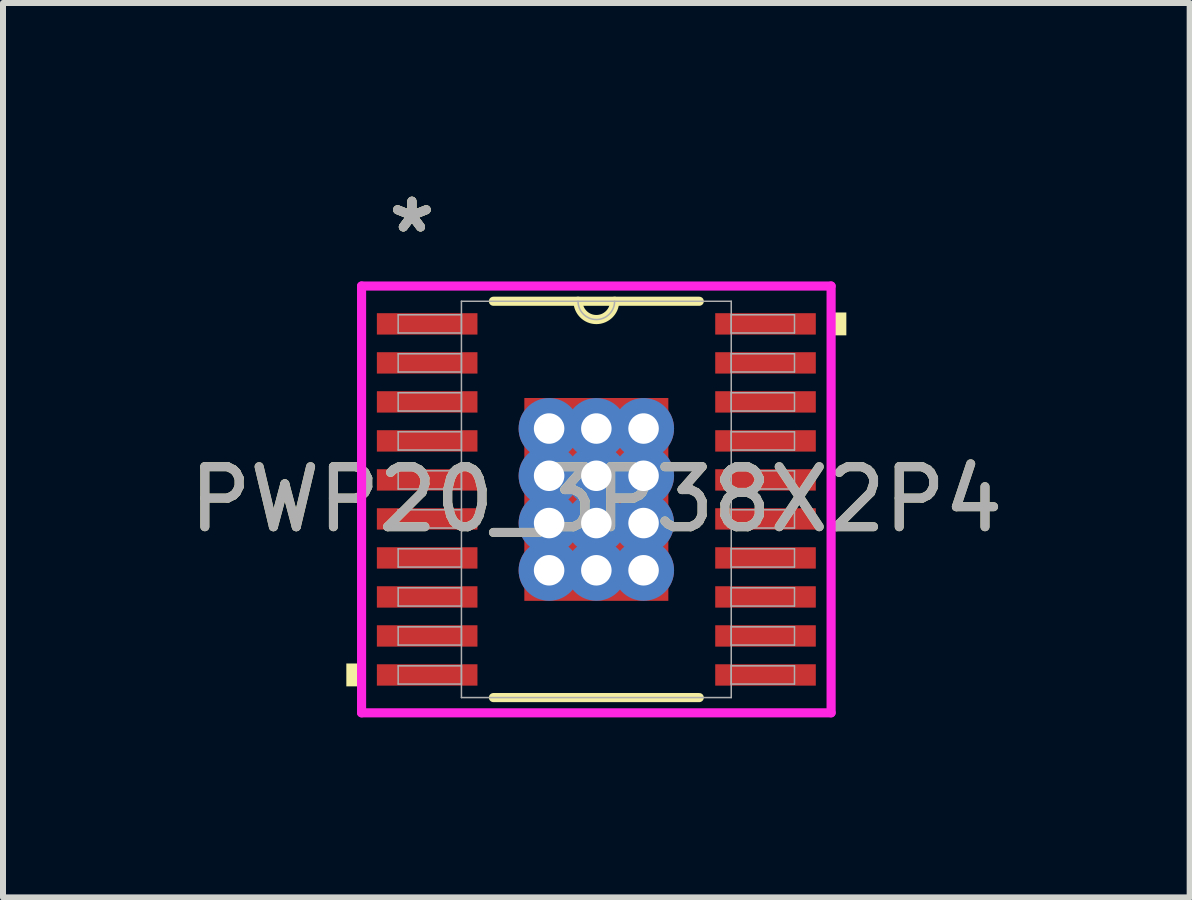
<source format=kicad_pcb>
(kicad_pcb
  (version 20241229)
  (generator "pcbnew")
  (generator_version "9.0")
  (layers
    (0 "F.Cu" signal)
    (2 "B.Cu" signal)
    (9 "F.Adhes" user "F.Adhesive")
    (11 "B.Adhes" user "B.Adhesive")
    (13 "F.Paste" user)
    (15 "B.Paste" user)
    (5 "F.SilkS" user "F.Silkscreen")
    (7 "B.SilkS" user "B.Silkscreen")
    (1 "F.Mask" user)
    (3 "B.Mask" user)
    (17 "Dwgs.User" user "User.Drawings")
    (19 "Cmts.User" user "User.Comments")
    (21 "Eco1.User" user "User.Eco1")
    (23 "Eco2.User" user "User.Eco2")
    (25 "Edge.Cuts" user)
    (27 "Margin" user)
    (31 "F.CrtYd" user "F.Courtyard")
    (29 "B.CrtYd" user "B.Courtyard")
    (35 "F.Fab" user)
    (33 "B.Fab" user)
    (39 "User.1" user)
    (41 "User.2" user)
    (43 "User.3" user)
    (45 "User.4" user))
  (footprint "PWP20_3P38X2P4"
    (layer "F.Cu")
    (at 6.887 5.272)
    (property "Reference" "PWP20_3P38X2P4" (at 0 0 0) (unlocked yes) (layer "F.SilkS") (effects (font (size 1 1) (thickness 0.15))))
    (attr smd)
    (fp_poly (pts (xy -1.264 -1.754) (xy -0.987 -1.754) (xy -0.987 1.754) (xy -1.264 1.754)) (stroke (width 0) (type solid)) (fill yes) (layer "F.Mask"))
    (fp_poly (pts (xy -1.264 -1.754) (xy 1.264 -1.754) (xy 1.264 -1.381) (xy -1.264 -1.381)) (stroke (width 0) (type solid)) (fill yes) (layer "F.Mask"))
    (fp_poly (pts (xy -1.264 -0.981) (xy 1.264 -0.981) (xy 1.264 -0.594) (xy -1.264 -0.594)) (stroke (width 0) (type solid)) (fill yes) (layer "F.Mask"))
    (fp_poly (pts (xy -1.264 -0.194) (xy 1.264 -0.194) (xy 1.264 0.194) (xy -1.264 0.194)) (stroke (width 0) (type solid)) (fill yes) (layer "F.Mask"))
    (fp_poly (pts (xy -1.264 0.594) (xy 1.264 0.594) (xy 1.264 0.981) (xy -1.264 0.981)) (stroke (width 0) (type solid)) (fill yes) (layer "F.Mask"))
    (fp_poly (pts (xy -1.264 1.381) (xy 1.264 1.381) (xy 1.264 1.754) (xy -1.264 1.754)) (stroke (width 0) (type solid)) (fill yes) (layer "F.Mask"))
    (fp_poly (pts (xy -0.2 -1.754) (xy -0.587 -1.754) (xy -0.587 1.754) (xy -0.2 1.754)) (stroke (width 0) (type solid)) (fill yes) (layer "F.Mask"))
    (fp_poly (pts (xy 0.587 -1.754) (xy 0.2 -1.754) (xy 0.2 1.754) (xy 0.587 1.754)) (stroke (width 0) (type solid)) (fill yes) (layer "F.Mask"))
    (fp_poly (pts (xy 0.987 -1.754) (xy 1.264 -1.754) (xy 1.264 1.754) (xy 0.987 1.754)) (stroke (width 0) (type solid)) (fill yes) (layer "F.Mask"))
    (fp_line (start -1.715 3.302) (end 1.715 3.302) (stroke (width 0.152) (type solid)) (layer "F.SilkS"))
    (fp_line (start 1.715 -3.302) (end -1.715 -3.302) (stroke (width 0.152) (type solid)) (layer "F.SilkS"))
    (fp_arc (start 0.3048 -3.302) (mid 0 -2.9972) (end -0.3048 -3.302) (stroke (width 0.1524) (type solid)) (layer "F.SilkS"))
    (fp_poly (pts (xy -4.166 2.734) (xy -4.166 3.115) (xy -3.912 3.115) (xy -3.912 2.734)) (stroke (width 0) (type solid)) (fill yes) (layer "F.SilkS"))
    (fp_poly (pts (xy 4.166 -3.115) (xy 4.166 -2.734) (xy 3.912 -2.734) (xy 3.912 -3.115)) (stroke (width 0) (type solid)) (fill yes) (layer "F.SilkS"))
    (fp_poly (pts (xy -1.125 -1.615) (xy -1.125 -1.281) (xy -1.029 -1.281) (xy -0.887 -1.423) (xy -0.887 -1.615)) (stroke (width 0) (type solid)) (fill yes) (layer "F.Paste"))
    (fp_poly (pts (xy -1.125 1.281) (xy -1.125 1.615) (xy -0.887 1.615) (xy -0.887 1.423) (xy -1.029 1.281)) (stroke (width 0) (type solid)) (fill yes) (layer "F.Paste"))
    (fp_poly (pts (xy 0.887 -1.615) (xy 0.887 -1.423) (xy 1.029 -1.281) (xy 1.125 -1.281) (xy 1.125 -1.615)) (stroke (width 0) (type solid)) (fill yes) (layer "F.Paste"))
    (fp_poly (pts (xy 1.029 1.281) (xy 0.887 1.423) (xy 0.887 1.615) (xy 1.125 1.615) (xy 1.125 1.281)) (stroke (width 0) (type solid)) (fill yes) (layer "F.Paste"))
    (fp_poly (pts (xy -1.125 -1.081) (xy -1.125 -0.494) (xy -1.029 -0.494) (xy -0.887 -0.635) (xy -0.887 -0.94) (xy -1.029 -1.081)) (stroke (width 0) (type solid)) (fill yes) (layer "F.Paste"))
    (fp_poly (pts (xy -1.125 -0.294) (xy -1.125 0.294) (xy -1.029 0.294) (xy -0.887 0.152) (xy -0.887 -0.152) (xy -1.029 -0.294)) (stroke (width 0) (type solid)) (fill yes) (layer "F.Paste"))
    (fp_poly (pts (xy -1.125 0.494) (xy -1.125 1.081) (xy -1.029 1.081) (xy -0.887 0.94) (xy -0.887 0.635) (xy -1.029 0.494)) (stroke (width 0) (type solid)) (fill yes) (layer "F.Paste"))
    (fp_poly (pts (xy -0.687 -1.615) (xy -0.687 -1.423) (xy -0.546 -1.281) (xy -0.241 -1.281) (xy -0.1 -1.423) (xy -0.1 -1.615)) (stroke (width 0) (type solid)) (fill yes) (layer "F.Paste"))
    (fp_poly (pts (xy -0.546 1.281) (xy -0.687 1.423) (xy -0.687 1.615) (xy -0.1 1.615) (xy -0.1 1.423) (xy -0.241 1.281)) (stroke (width 0) (type solid)) (fill yes) (layer "F.Paste"))
    (fp_poly (pts (xy 0.1 -1.615) (xy 0.1 -1.423) (xy 0.241 -1.281) (xy 0.546 -1.281) (xy 0.687 -1.423) (xy 0.687 -1.615)) (stroke (width 0) (type solid)) (fill yes) (layer "F.Paste"))
    (fp_poly (pts (xy 0.241 1.281) (xy 0.1 1.423) (xy 0.1 1.615) (xy 0.687 1.615) (xy 0.687 1.423) (xy 0.546 1.281)) (stroke (width 0) (type solid)) (fill yes) (layer "F.Paste"))
    (fp_poly (pts (xy 1.029 -1.081) (xy 0.887 -0.94) (xy 0.887 -0.635) (xy 1.029 -0.494) (xy 1.125 -0.494) (xy 1.125 -1.081)) (stroke (width 0) (type solid)) (fill yes) (layer "F.Paste"))
    (fp_poly (pts (xy 1.029 -0.294) (xy 0.887 -0.152) (xy 0.887 0.152) (xy 1.029 0.294) (xy 1.125 0.294) (xy 1.125 -0.294)) (stroke (width 0) (type solid)) (fill yes) (layer "F.Paste"))
    (fp_poly (pts (xy 1.029 0.494) (xy 0.887 0.635) (xy 0.887 0.94) (xy 1.029 1.081) (xy 1.125 1.081) (xy 1.125 0.494)) (stroke (width 0) (type solid)) (fill yes) (layer "F.Paste"))
    (fp_poly (pts (xy -0.546 -1.081) (xy -0.687 -0.94) (xy -0.687 -0.635) (xy -0.546 -0.494) (xy -0.241 -0.494) (xy -0.1 -0.635) (xy -0.1 -0.94) (xy -0.241 -1.081)) (stroke (width 0) (type solid)) (fill yes) (layer "F.Paste"))
    (fp_poly (pts (xy -0.546 -0.294) (xy -0.687 -0.152) (xy -0.687 0.152) (xy -0.546 0.294) (xy -0.241 0.294) (xy -0.1 0.152) (xy -0.1 -0.152) (xy -0.241 -0.294)) (stroke (width 0) (type solid)) (fill yes) (layer "F.Paste"))
    (fp_poly (pts (xy -0.546 0.494) (xy -0.687 0.635) (xy -0.687 0.94) (xy -0.546 1.081) (xy -0.241 1.081) (xy -0.1 0.94) (xy -0.1 0.635) (xy -0.241 0.494)) (stroke (width 0) (type solid)) (fill yes) (layer "F.Paste"))
    (fp_poly (pts (xy 0.241 -1.081) (xy 0.1 -0.94) (xy 0.1 -0.635) (xy 0.241 -0.494) (xy 0.546 -0.494) (xy 0.687 -0.635) (xy 0.687 -0.94) (xy 0.546 -1.081)) (stroke (width 0) (type solid)) (fill yes) (layer "F.Paste"))
    (fp_poly (pts (xy 0.241 -0.294) (xy 0.1 -0.152) (xy 0.1 0.152) (xy 0.241 0.294) (xy 0.546 0.294) (xy 0.687 0.152) (xy 0.687 -0.152) (xy 0.546 -0.294)) (stroke (width 0) (type solid)) (fill yes) (layer "F.Paste"))
    (fp_poly (pts (xy 0.241 0.494) (xy 0.1 0.635) (xy 0.1 0.94) (xy 0.241 1.081) (xy 0.546 1.081) (xy 0.687 0.94) (xy 0.687 0.635) (xy 0.546 0.494)) (stroke (width 0) (type solid)) (fill yes) (layer "F.Paste"))
    (fp_line (start -3.912 -3.556) (end 3.912 -3.556) (stroke (width 0.152) (type solid)) (layer "F.CrtYd"))
    (fp_line (start -3.912 3.556) (end -3.912 -3.556) (stroke (width 0.152) (type solid)) (layer "F.CrtYd"))
    (fp_line (start 3.912 -3.556) (end 3.912 3.556) (stroke (width 0.152) (type solid)) (layer "F.CrtYd"))
    (fp_line (start 3.912 3.556) (end -3.912 3.556) (stroke (width 0.152) (type solid)) (layer "F.CrtYd"))
    (fp_line (start -3.302 -3.077) (end -3.302 -2.773) (stroke (width 0.025) (type solid)) (layer "F.Fab"))
    (fp_line (start -3.302 -2.773) (end -2.248 -2.773) (stroke (width 0.025) (type solid)) (layer "F.Fab"))
    (fp_line (start -3.302 -2.427) (end -3.302 -2.123) (stroke (width 0.025) (type solid)) (layer "F.Fab"))
    (fp_line (start -3.302 -2.123) (end -2.248 -2.123) (stroke (width 0.025) (type solid)) (layer "F.Fab"))
    (fp_line (start -3.302 -1.777) (end -3.302 -1.473) (stroke (width 0.025) (type solid)) (layer "F.Fab"))
    (fp_line (start -3.302 -1.473) (end -2.248 -1.473) (stroke (width 0.025) (type solid)) (layer "F.Fab"))
    (fp_line (start -3.302 -1.127) (end -3.302 -0.823) (stroke (width 0.025) (type solid)) (layer "F.Fab"))
    (fp_line (start -3.302 -0.823) (end -2.248 -0.823) (stroke (width 0.025) (type solid)) (layer "F.Fab"))
    (fp_line (start -3.302 -0.477) (end -3.302 -0.173) (stroke (width 0.025) (type solid)) (layer "F.Fab"))
    (fp_line (start -3.302 -0.173) (end -2.248 -0.173) (stroke (width 0.025) (type solid)) (layer "F.Fab"))
    (fp_line (start -3.302 0.173) (end -3.302 0.477) (stroke (width 0.025) (type solid)) (layer "F.Fab"))
    (fp_line (start -3.302 0.477) (end -2.248 0.477) (stroke (width 0.025) (type solid)) (layer "F.Fab"))
    (fp_line (start -3.302 0.823) (end -3.302 1.127) (stroke (width 0.025) (type solid)) (layer "F.Fab"))
    (fp_line (start -3.302 1.127) (end -2.248 1.127) (stroke (width 0.025) (type solid)) (layer "F.Fab"))
    (fp_line (start -3.302 1.473) (end -3.302 1.777) (stroke (width 0.025) (type solid)) (layer "F.Fab"))
    (fp_line (start -3.302 1.777) (end -2.248 1.777) (stroke (width 0.025) (type solid)) (layer "F.Fab"))
    (fp_line (start -3.302 2.123) (end -3.302 2.427) (stroke (width 0.025) (type solid)) (layer "F.Fab"))
    (fp_line (start -3.302 2.427) (end -2.248 2.427) (stroke (width 0.025) (type solid)) (layer "F.Fab"))
    (fp_line (start -3.302 2.773) (end -3.302 3.077) (stroke (width 0.025) (type solid)) (layer "F.Fab"))
    (fp_line (start -3.302 3.077) (end -2.248 3.077) (stroke (width 0.025) (type solid)) (layer "F.Fab"))
    (fp_line (start -2.248 -3.302) (end -2.248 3.302) (stroke (width 0.025) (type solid)) (layer "F.Fab"))
    (fp_line (start -2.248 -3.077) (end -3.302 -3.077) (stroke (width 0.025) (type solid)) (layer "F.Fab"))
    (fp_line (start -2.248 -2.773) (end -2.248 -3.077) (stroke (width 0.025) (type solid)) (layer "F.Fab"))
    (fp_line (start -2.248 -2.427) (end -3.302 -2.427) (stroke (width 0.025) (type solid)) (layer "F.Fab"))
    (fp_line (start -2.248 -2.123) (end -2.248 -2.427) (stroke (width 0.025) (type solid)) (layer "F.Fab"))
    (fp_line (start -2.248 -1.777) (end -3.302 -1.777) (stroke (width 0.025) (type solid)) (layer "F.Fab"))
    (fp_line (start -2.248 -1.473) (end -2.248 -1.777) (stroke (width 0.025) (type solid)) (layer "F.Fab"))
    (fp_line (start -2.248 -1.127) (end -3.302 -1.127) (stroke (width 0.025) (type solid)) (layer "F.Fab"))
    (fp_line (start -2.248 -0.823) (end -2.248 -1.127) (stroke (width 0.025) (type solid)) (layer "F.Fab"))
    (fp_line (start -2.248 -0.477) (end -3.302 -0.477) (stroke (width 0.025) (type solid)) (layer "F.Fab"))
    (fp_line (start -2.248 -0.173) (end -2.248 -0.477) (stroke (width 0.025) (type solid)) (layer "F.Fab"))
    (fp_line (start -2.248 0.173) (end -3.302 0.173) (stroke (width 0.025) (type solid)) (layer "F.Fab"))
    (fp_line (start -2.248 0.477) (end -2.248 0.173) (stroke (width 0.025) (type solid)) (layer "F.Fab"))
    (fp_line (start -2.248 0.823) (end -3.302 0.823) (stroke (width 0.025) (type solid)) (layer "F.Fab"))
    (fp_line (start -2.248 1.127) (end -2.248 0.823) (stroke (width 0.025) (type solid)) (layer "F.Fab"))
    (fp_line (start -2.248 1.473) (end -3.302 1.473) (stroke (width 0.025) (type solid)) (layer "F.Fab"))
    (fp_line (start -2.248 1.777) (end -2.248 1.473) (stroke (width 0.025) (type solid)) (layer "F.Fab"))
    (fp_line (start -2.248 2.123) (end -3.302 2.123) (stroke (width 0.025) (type solid)) (layer "F.Fab"))
    (fp_line (start -2.248 2.427) (end -2.248 2.123) (stroke (width 0.025) (type solid)) (layer "F.Fab"))
    (fp_line (start -2.248 2.773) (end -3.302 2.773) (stroke (width 0.025) (type solid)) (layer "F.Fab"))
    (fp_line (start -2.248 3.077) (end -2.248 2.773) (stroke (width 0.025) (type solid)) (layer "F.Fab"))
    (fp_line (start -2.248 3.302) (end 2.248 3.302) (stroke (width 0.025) (type solid)) (layer "F.Fab"))
    (fp_line (start 2.248 -3.302) (end -2.248 -3.302) (stroke (width 0.025) (type solid)) (layer "F.Fab"))
    (fp_line (start 2.248 -3.077) (end 2.248 -2.773) (stroke (width 0.025) (type solid)) (layer "F.Fab"))
    (fp_line (start 2.248 -2.773) (end 3.302 -2.773) (stroke (width 0.025) (type solid)) (layer "F.Fab"))
    (fp_line (start 2.248 -2.427) (end 2.248 -2.123) (stroke (width 0.025) (type solid)) (layer "F.Fab"))
    (fp_line (start 2.248 -2.123) (end 3.302 -2.123) (stroke (width 0.025) (type solid)) (layer "F.Fab"))
    (fp_line (start 2.248 -1.777) (end 2.248 -1.473) (stroke (width 0.025) (type solid)) (layer "F.Fab"))
    (fp_line (start 2.248 -1.473) (end 3.302 -1.473) (stroke (width 0.025) (type solid)) (layer "F.Fab"))
    (fp_line (start 2.248 -1.127) (end 2.248 -0.823) (stroke (width 0.025) (type solid)) (layer "F.Fab"))
    (fp_line (start 2.248 -0.823) (end 3.302 -0.823) (stroke (width 0.025) (type solid)) (layer "F.Fab"))
    (fp_line (start 2.248 -0.477) (end 2.248 -0.173) (stroke (width 0.025) (type solid)) (layer "F.Fab"))
    (fp_line (start 2.248 -0.173) (end 3.302 -0.173) (stroke (width 0.025) (type solid)) (layer "F.Fab"))
    (fp_line (start 2.248 0.173) (end 2.248 0.477) (stroke (width 0.025) (type solid)) (layer "F.Fab"))
    (fp_line (start 2.248 0.477) (end 3.302 0.477) (stroke (width 0.025) (type solid)) (layer "F.Fab"))
    (fp_line (start 2.248 0.823) (end 2.248 1.127) (stroke (width 0.025) (type solid)) (layer "F.Fab"))
    (fp_line (start 2.248 1.127) (end 3.302 1.127) (stroke (width 0.025) (type solid)) (layer "F.Fab"))
    (fp_line (start 2.248 1.473) (end 2.248 1.777) (stroke (width 0.025) (type solid)) (layer "F.Fab"))
    (fp_line (start 2.248 1.777) (end 3.302 1.777) (stroke (width 0.025) (type solid)) (layer "F.Fab"))
    (fp_line (start 2.248 2.123) (end 2.248 2.427) (stroke (width 0.025) (type solid)) (layer "F.Fab"))
    (fp_line (start 2.248 2.427) (end 3.302 2.427) (stroke (width 0.025) (type solid)) (layer "F.Fab"))
    (fp_line (start 2.248 2.773) (end 2.248 3.077) (stroke (width 0.025) (type solid)) (layer "F.Fab"))
    (fp_line (start 2.248 3.077) (end 3.302 3.077) (stroke (width 0.025) (type solid)) (layer "F.Fab"))
    (fp_line (start 2.248 3.302) (end 2.248 -3.302) (stroke (width 0.025) (type solid)) (layer "F.Fab"))
    (fp_line (start 3.302 -3.077) (end 2.248 -3.077) (stroke (width 0.025) (type solid)) (layer "F.Fab"))
    (fp_line (start 3.302 -2.773) (end 3.302 -3.077) (stroke (width 0.025) (type solid)) (layer "F.Fab"))
    (fp_line (start 3.302 -2.427) (end 2.248 -2.427) (stroke (width 0.025) (type solid)) (layer "F.Fab"))
    (fp_line (start 3.302 -2.123) (end 3.302 -2.427) (stroke (width 0.025) (type solid)) (layer "F.Fab"))
    (fp_line (start 3.302 -1.777) (end 2.248 -1.777) (stroke (width 0.025) (type solid)) (layer "F.Fab"))
    (fp_line (start 3.302 -1.473) (end 3.302 -1.777) (stroke (width 0.025) (type solid)) (layer "F.Fab"))
    (fp_line (start 3.302 -1.127) (end 2.248 -1.127) (stroke (width 0.025) (type solid)) (layer "F.Fab"))
    (fp_line (start 3.302 -0.823) (end 3.302 -1.127) (stroke (width 0.025) (type solid)) (layer "F.Fab"))
    (fp_line (start 3.302 -0.477) (end 2.248 -0.477) (stroke (width 0.025) (type solid)) (layer "F.Fab"))
    (fp_line (start 3.302 -0.173) (end 3.302 -0.477) (stroke (width 0.025) (type solid)) (layer "F.Fab"))
    (fp_line (start 3.302 0.173) (end 2.248 0.173) (stroke (width 0.025) (type solid)) (layer "F.Fab"))
    (fp_line (start 3.302 0.477) (end 3.302 0.173) (stroke (width 0.025) (type solid)) (layer "F.Fab"))
    (fp_line (start 3.302 0.823) (end 2.248 0.823) (stroke (width 0.025) (type solid)) (layer "F.Fab"))
    (fp_line (start 3.302 1.127) (end 3.302 0.823) (stroke (width 0.025) (type solid)) (layer "F.Fab"))
    (fp_line (start 3.302 1.473) (end 2.248 1.473) (stroke (width 0.025) (type solid)) (layer "F.Fab"))
    (fp_line (start 3.302 1.777) (end 3.302 1.473) (stroke (width 0.025) (type solid)) (layer "F.Fab"))
    (fp_line (start 3.302 2.123) (end 2.248 2.123) (stroke (width 0.025) (type solid)) (layer "F.Fab"))
    (fp_line (start 3.302 2.427) (end 3.302 2.123) (stroke (width 0.025) (type solid)) (layer "F.Fab"))
    (fp_line (start 3.302 2.773) (end 2.248 2.773) (stroke (width 0.025) (type solid)) (layer "F.Fab"))
    (fp_line (start 3.302 3.077) (end 3.302 2.773) (stroke (width 0.025) (type solid)) (layer "F.Fab"))
    (fp_arc (start 0.3048 -3.302) (mid 0 -2.9972) (end -0.3048 -3.302) (stroke (width 0.0254) (type solid)) (layer "F.Fab"))
    (fp_text user "*" (at -3.073 -4.424 0) (unlocked yes) (layer "F.SilkS") (effects (font (size 1 1) (thickness 0.15))))
    (fp_text user "*" (at -3.073 -4.424 0) (layer "F.SilkS") (effects (font (size 1 1) (thickness 0.15))))
    (fp_text user "*" (at -3.073 -4.424 0) (layer "F.Fab") (effects (font (size 1 1) (thickness 0.15))))
    (fp_text user "${REFERENCE}" (at 0 0 0) (unlocked yes) (layer "F.Fab") (effects (font (size 1 1) (thickness 0.15))))
    (fp_text user "*" (at -3.073 -4.424 0) (unlocked yes) (layer "F.Fab") (effects (font (size 1 1) (thickness 0.15))))
    (pad "1" smd rect (at -2.819 -2.925) (size 1.676 0.356) (layers "F.Cu" "F.Mask" "F.Paste"))
    (pad "2" smd rect (at -2.819 -2.275) (size 1.676 0.356) (layers "F.Cu" "F.Mask" "F.Paste"))
    (pad "3" smd rect (at -2.819 -1.625) (size 1.676 0.356) (layers "F.Cu" "F.Mask" "F.Paste"))
    (pad "4" smd rect (at -2.819 -0.975) (size 1.676 0.356) (layers "F.Cu" "F.Mask" "F.Paste"))
    (pad "5" smd rect (at -2.819 -0.325) (size 1.676 0.356) (layers "F.Cu" "F.Mask" "F.Paste"))
    (pad "6" smd rect (at -2.819 0.325) (size 1.676 0.356) (layers "F.Cu" "F.Mask" "F.Paste"))
    (pad "7" smd rect (at -2.819 0.975) (size 1.676 0.356) (layers "F.Cu" "F.Mask" "F.Paste"))
    (pad "8" smd rect (at -2.819 1.625) (size 1.676 0.356) (layers "F.Cu" "F.Mask" "F.Paste"))
    (pad "9" smd rect (at -2.819 2.275) (size 1.676 0.356) (layers "F.Cu" "F.Mask" "F.Paste"))
    (pad "10" smd rect (at -2.819 2.925) (size 1.676 0.356) (layers "F.Cu" "F.Mask" "F.Paste"))
    (pad "11" smd rect (at 2.819 2.925) (size 1.676 0.356) (layers "F.Cu" "F.Mask" "F.Paste"))
    (pad "12" smd rect (at 2.819 2.275) (size 1.676 0.356) (layers "F.Cu" "F.Mask" "F.Paste"))
    (pad "13" smd rect (at 2.819 1.625) (size 1.676 0.356) (layers "F.Cu" "F.Mask" "F.Paste"))
    (pad "14" smd rect (at 2.819 0.975) (size 1.676 0.356) (layers "F.Cu" "F.Mask" "F.Paste"))
    (pad "15" smd rect (at 2.819 0.325) (size 1.676 0.356) (layers "F.Cu" "F.Mask" "F.Paste"))
    (pad "16" smd rect (at 2.819 -0.325) (size 1.676 0.356) (layers "F.Cu" "F.Mask" "F.Paste"))
    (pad "17" smd rect (at 2.819 -0.975) (size 1.676 0.356) (layers "F.Cu" "F.Mask" "F.Paste"))
    (pad "18" smd rect (at 2.819 -1.625) (size 1.676 0.356) (layers "F.Cu" "F.Mask" "F.Paste"))
    (pad "19" smd rect (at 2.819 -2.275) (size 1.676 0.356) (layers "F.Cu" "F.Mask" "F.Paste"))
    (pad "20" smd rect (at 2.819 -2.925) (size 1.676 0.356) (layers "F.Cu" "F.Mask" "F.Paste"))
    (pad "EPAD" smd rect (at 0 0) (size 2.4 3.38) (layers "F.Cu"))
    (pad "V" thru_hole circle (at -0.787 -1.181) (size 1.016 1.016) (drill 0.508) (layers "*.Cu" "*.Mask"))
    (pad "V" thru_hole circle (at -0.787 -0.394) (size 1.016 1.016) (drill 0.508) (layers "*.Cu" "*.Mask"))
    (pad "V" thru_hole circle (at -0.787 0.394) (size 1.016 1.016) (drill 0.508) (layers "*.Cu" "*.Mask"))
    (pad "V" thru_hole circle (at -0.787 1.181) (size 1.016 1.016) (drill 0.508) (layers "*.Cu" "*.Mask"))
    (pad "V" thru_hole circle (at 0 -1.181) (size 1.016 1.016) (drill 0.508) (layers "*.Cu" "*.Mask"))
    (pad "V" thru_hole circle (at 0 -0.394) (size 1.016 1.016) (drill 0.508) (layers "*.Cu" "*.Mask"))
    (pad "V" thru_hole circle (at 0 0.394) (size 1.016 1.016) (drill 0.508) (layers "*.Cu" "*.Mask"))
    (pad "V" thru_hole circle (at 0 1.181) (size 1.016 1.016) (drill 0.508) (layers "*.Cu" "*.Mask"))
    (pad "V" thru_hole circle (at 0.787 -1.181) (size 1.016 1.016) (drill 0.508) (layers "*.Cu" "*.Mask"))
    (pad "V" thru_hole circle (at 0.787 -0.394) (size 1.016 1.016) (drill 0.508) (layers "*.Cu" "*.Mask"))
    (pad "V" thru_hole circle (at 0.787 0.394) (size 1.016 1.016) (drill 0.508) (layers "*.Cu" "*.Mask"))
    (pad "V" thru_hole circle (at 0.787 1.181) (size 1.016 1.016) (drill 0.508) (layers "*.Cu" "*.Mask")))
  (gr_rect
    (start -3 -3)
    (end 16.774 11.904)
    (stroke (width 0.1) (type default))
    (fill no)
    (layer "Edge.Cuts")))
</source>
